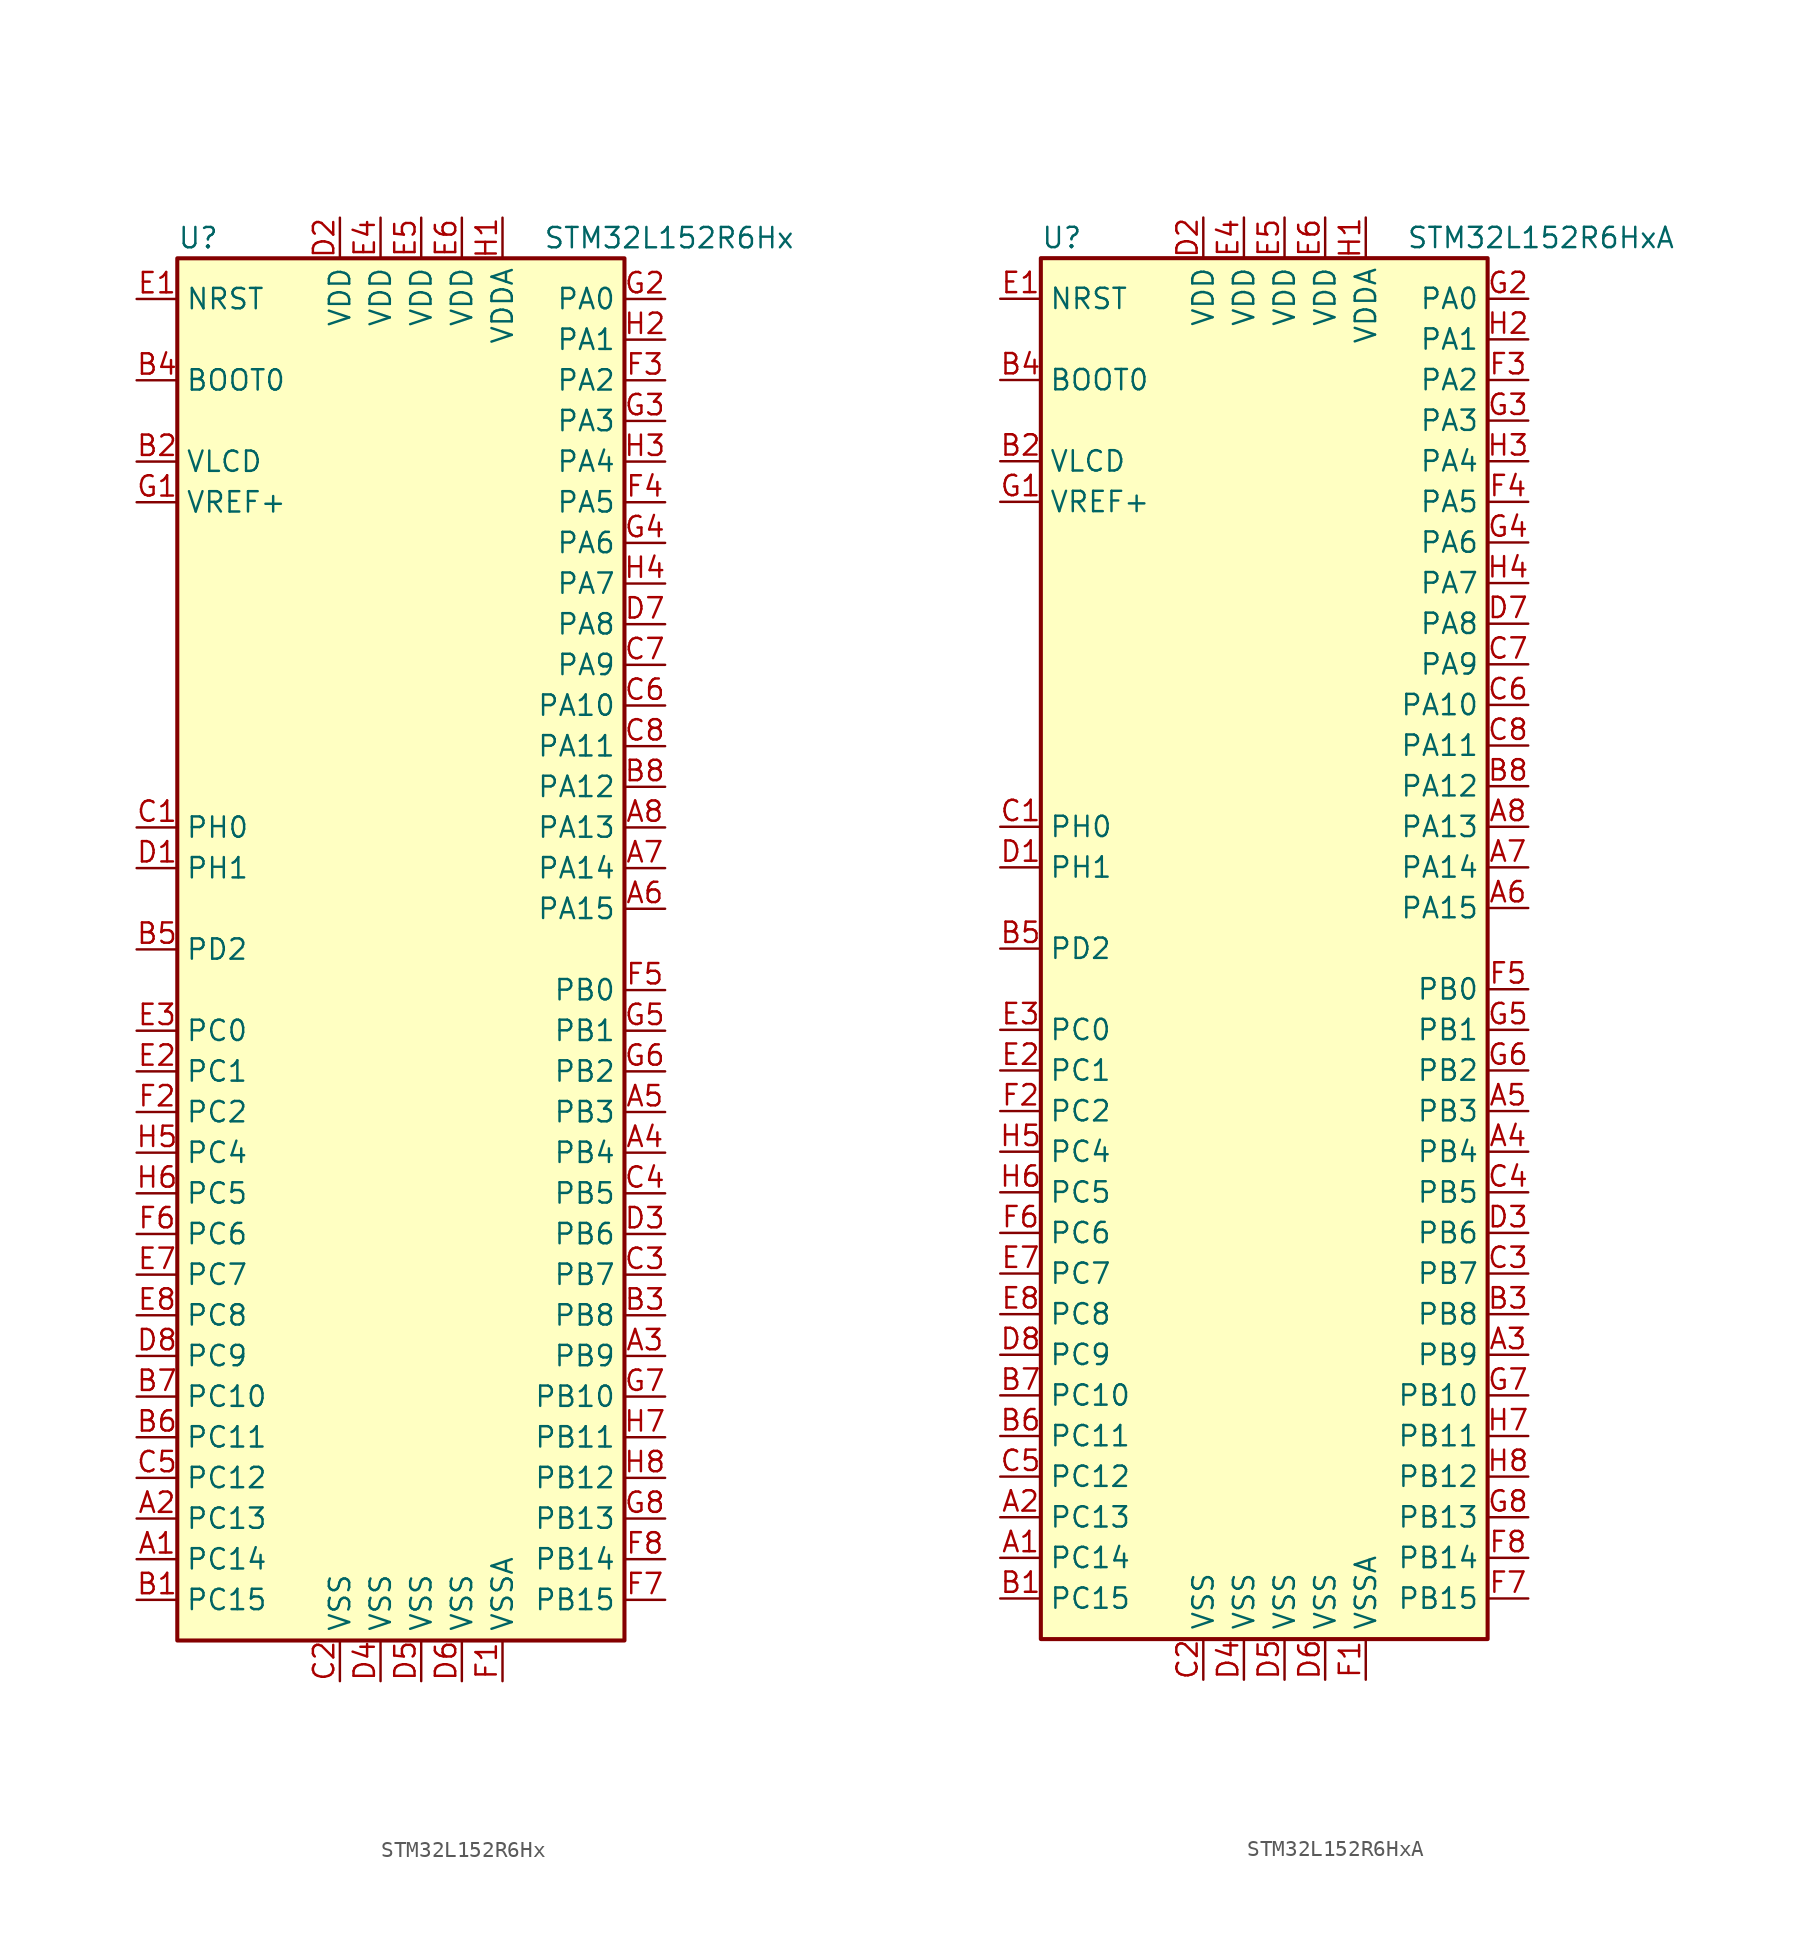
<source format=kicad_sym>
(kicad_symbol_lib
  (version 20211014)
  (generator kicad_symbol_editor)
  (symbol "STM32L152R6Hx"
    (property "Reference" "U"
      (at -15.24 44.45 0)
      (effects (font (size 1.27 1.27)) (justify left)))
    (property "Value" "STM32L152R6Hx"
      (at 7.62 44.45 0)
      (effects (font (size 1.27 1.27)) (justify left)))
    (symbol "STM32L152R6Hx_0_1"
      (rectangle (start -15.24 -43.18) (end 12.7 43.18) (stroke (width 0.254) (type default) (color 0 0 0 0)) (fill (type background))))
    (symbol "STM32L152R6Hx_1_1"
      (pin bidirectional line (at -17.78 -38.1 0) (length 2.54) (name "PC14" (effects (font (size 1.27 1.27)))) (number "A1" (effects (font (size 1.27 1.27)))))
      (pin bidirectional line (at -17.78 -35.56 0) (length 2.54) (name "PC13" (effects (font (size 1.27 1.27)))) (number "A2" (effects (font (size 1.27 1.27)))))
      (pin bidirectional line (at 15.24 -25.4 180) (length 2.54) (name "PB9" (effects (font (size 1.27 1.27)))) (number "A3" (effects (font (size 1.27 1.27)))))
      (pin bidirectional line (at 15.24 -12.7 180) (length 2.54) (name "PB4" (effects (font (size 1.27 1.27)))) (number "A4" (effects (font (size 1.27 1.27)))))
      (pin bidirectional line (at 15.24 -10.16 180) (length 2.54) (name "PB3" (effects (font (size 1.27 1.27)))) (number "A5" (effects (font (size 1.27 1.27)))))
      (pin bidirectional line (at 15.24 2.54 180) (length 2.54) (name "PA15" (effects (font (size 1.27 1.27)))) (number "A6" (effects (font (size 1.27 1.27)))))
      (pin bidirectional line (at 15.24 5.08 180) (length 2.54) (name "PA14" (effects (font (size 1.27 1.27)))) (number "A7" (effects (font (size 1.27 1.27)))))
      (pin bidirectional line (at 15.24 7.62 180) (length 2.54) (name "PA13" (effects (font (size 1.27 1.27)))) (number "A8" (effects (font (size 1.27 1.27)))))
      (pin bidirectional line (at -17.78 -40.64 0) (length 2.54) (name "PC15" (effects (font (size 1.27 1.27)))) (number "B1" (effects (font (size 1.27 1.27)))))
      (pin power_in line (at -17.78 30.48 0) (length 2.54) (name "VLCD" (effects (font (size 1.27 1.27)))) (number "B2" (effects (font (size 1.27 1.27)))))
      (pin bidirectional line (at 15.24 -22.86 180) (length 2.54) (name "PB8" (effects (font (size 1.27 1.27)))) (number "B3" (effects (font (size 1.27 1.27)))))
      (pin input line (at -17.78 35.56 0) (length 2.54) (name "BOOT0" (effects (font (size 1.27 1.27)))) (number "B4" (effects (font (size 1.27 1.27)))))
      (pin bidirectional line (at -17.78 0 0) (length 2.54) (name "PD2" (effects (font (size 1.27 1.27)))) (number "B5" (effects (font (size 1.27 1.27)))))
      (pin bidirectional line (at -17.78 -30.48 0) (length 2.54) (name "PC11" (effects (font (size 1.27 1.27)))) (number "B6" (effects (font (size 1.27 1.27)))))
      (pin bidirectional line (at -17.78 -27.94 0) (length 2.54) (name "PC10" (effects (font (size 1.27 1.27)))) (number "B7" (effects (font (size 1.27 1.27)))))
      (pin bidirectional line (at 15.24 10.16 180) (length 2.54) (name "PA12" (effects (font (size 1.27 1.27)))) (number "B8" (effects (font (size 1.27 1.27)))))
      (pin input line (at -17.78 7.62 0) (length 2.54) (name "PH0" (effects (font (size 1.27 1.27)))) (number "C1" (effects (font (size 1.27 1.27)))))
      (pin power_in line (at -5.08 -45.72 90) (length 2.54) (name "VSS" (effects (font (size 1.27 1.27)))) (number "C2" (effects (font (size 1.27 1.27)))))
      (pin bidirectional line (at 15.24 -20.32 180) (length 2.54) (name "PB7" (effects (font (size 1.27 1.27)))) (number "C3" (effects (font (size 1.27 1.27)))))
      (pin bidirectional line (at 15.24 -15.24 180) (length 2.54) (name "PB5" (effects (font (size 1.27 1.27)))) (number "C4" (effects (font (size 1.27 1.27)))))
      (pin bidirectional line (at -17.78 -33.02 0) (length 2.54) (name "PC12" (effects (font (size 1.27 1.27)))) (number "C5" (effects (font (size 1.27 1.27)))))
      (pin bidirectional line (at 15.24 15.24 180) (length 2.54) (name "PA10" (effects (font (size 1.27 1.27)))) (number "C6" (effects (font (size 1.27 1.27)))))
      (pin bidirectional line (at 15.24 17.78 180) (length 2.54) (name "PA9" (effects (font (size 1.27 1.27)))) (number "C7" (effects (font (size 1.27 1.27)))))
      (pin bidirectional line (at 15.24 12.7 180) (length 2.54) (name "PA11" (effects (font (size 1.27 1.27)))) (number "C8" (effects (font (size 1.27 1.27)))))
      (pin input line (at -17.78 5.08 0) (length 2.54) (name "PH1" (effects (font (size 1.27 1.27)))) (number "D1" (effects (font (size 1.27 1.27)))))
      (pin power_in line (at -5.08 45.72 270) (length 2.54) (name "VDD" (effects (font (size 1.27 1.27)))) (number "D2" (effects (font (size 1.27 1.27)))))
      (pin bidirectional line (at 15.24 -17.78 180) (length 2.54) (name "PB6" (effects (font (size 1.27 1.27)))) (number "D3" (effects (font (size 1.27 1.27)))))
      (pin power_in line (at -2.54 -45.72 90) (length 2.54) (name "VSS" (effects (font (size 1.27 1.27)))) (number "D4" (effects (font (size 1.27 1.27)))))
      (pin power_in line (at 0 -45.72 90) (length 2.54) (name "VSS" (effects (font (size 1.27 1.27)))) (number "D5" (effects (font (size 1.27 1.27)))))
      (pin power_in line (at 2.54 -45.72 90) (length 2.54) (name "VSS" (effects (font (size 1.27 1.27)))) (number "D6" (effects (font (size 1.27 1.27)))))
      (pin bidirectional line (at 15.24 20.32 180) (length 2.54) (name "PA8" (effects (font (size 1.27 1.27)))) (number "D7" (effects (font (size 1.27 1.27)))))
      (pin bidirectional line (at -17.78 -25.4 0) (length 2.54) (name "PC9" (effects (font (size 1.27 1.27)))) (number "D8" (effects (font (size 1.27 1.27)))))
      (pin input line (at -17.78 40.64 0) (length 2.54) (name "NRST" (effects (font (size 1.27 1.27)))) (number "E1" (effects (font (size 1.27 1.27)))))
      (pin bidirectional line (at -17.78 -7.62 0) (length 2.54) (name "PC1" (effects (font (size 1.27 1.27)))) (number "E2" (effects (font (size 1.27 1.27)))))
      (pin bidirectional line (at -17.78 -5.08 0) (length 2.54) (name "PC0" (effects (font (size 1.27 1.27)))) (number "E3" (effects (font (size 1.27 1.27)))))
      (pin power_in line (at -2.54 45.72 270) (length 2.54) (name "VDD" (effects (font (size 1.27 1.27)))) (number "E4" (effects (font (size 1.27 1.27)))))
      (pin power_in line (at 0 45.72 270) (length 2.54) (name "VDD" (effects (font (size 1.27 1.27)))) (number "E5" (effects (font (size 1.27 1.27)))))
      (pin power_in line (at 2.54 45.72 270) (length 2.54) (name "VDD" (effects (font (size 1.27 1.27)))) (number "E6" (effects (font (size 1.27 1.27)))))
      (pin bidirectional line (at -17.78 -20.32 0) (length 2.54) (name "PC7" (effects (font (size 1.27 1.27)))) (number "E7" (effects (font (size 1.27 1.27)))))
      (pin bidirectional line (at -17.78 -22.86 0) (length 2.54) (name "PC8" (effects (font (size 1.27 1.27)))) (number "E8" (effects (font (size 1.27 1.27)))))
      (pin power_in line (at 5.08 -45.72 90) (length 2.54) (name "VSSA" (effects (font (size 1.27 1.27)))) (number "F1" (effects (font (size 1.27 1.27)))))
      (pin bidirectional line (at -17.78 -10.16 0) (length 2.54) (name "PC2" (effects (font (size 1.27 1.27)))) (number "F2" (effects (font (size 1.27 1.27)))))
      (pin bidirectional line (at 15.24 35.56 180) (length 2.54) (name "PA2" (effects (font (size 1.27 1.27)))) (number "F3" (effects (font (size 1.27 1.27)))))
      (pin bidirectional line (at 15.24 27.94 180) (length 2.54) (name "PA5" (effects (font (size 1.27 1.27)))) (number "F4" (effects (font (size 1.27 1.27)))))
      (pin bidirectional line (at 15.24 -2.54 180) (length 2.54) (name "PB0" (effects (font (size 1.27 1.27)))) (number "F5" (effects (font (size 1.27 1.27)))))
      (pin bidirectional line (at -17.78 -17.78 0) (length 2.54) (name "PC6" (effects (font (size 1.27 1.27)))) (number "F6" (effects (font (size 1.27 1.27)))))
      (pin bidirectional line (at 15.24 -40.64 180) (length 2.54) (name "PB15" (effects (font (size 1.27 1.27)))) (number "F7" (effects (font (size 1.27 1.27)))))
      (pin bidirectional line (at 15.24 -38.1 180) (length 2.54) (name "PB14" (effects (font (size 1.27 1.27)))) (number "F8" (effects (font (size 1.27 1.27)))))
      (pin power_in line (at -17.78 27.94 0) (length 2.54) (name "VREF+" (effects (font (size 1.27 1.27)))) (number "G1" (effects (font (size 1.27 1.27)))))
      (pin bidirectional line (at 15.24 40.64 180) (length 2.54) (name "PA0" (effects (font (size 1.27 1.27)))) (number "G2" (effects (font (size 1.27 1.27)))))
      (pin bidirectional line (at 15.24 33.02 180) (length 2.54) (name "PA3" (effects (font (size 1.27 1.27)))) (number "G3" (effects (font (size 1.27 1.27)))))
      (pin bidirectional line (at 15.24 25.4 180) (length 2.54) (name "PA6" (effects (font (size 1.27 1.27)))) (number "G4" (effects (font (size 1.27 1.27)))))
      (pin bidirectional line (at 15.24 -5.08 180) (length 2.54) (name "PB1" (effects (font (size 1.27 1.27)))) (number "G5" (effects (font (size 1.27 1.27)))))
      (pin bidirectional line (at 15.24 -7.62 180) (length 2.54) (name "PB2" (effects (font (size 1.27 1.27)))) (number "G6" (effects (font (size 1.27 1.27)))))
      (pin bidirectional line (at 15.24 -27.94 180) (length 2.54) (name "PB10" (effects (font (size 1.27 1.27)))) (number "G7" (effects (font (size 1.27 1.27)))))
      (pin bidirectional line (at 15.24 -35.56 180) (length 2.54) (name "PB13" (effects (font (size 1.27 1.27)))) (number "G8" (effects (font (size 1.27 1.27)))))
      (pin power_in line (at 5.08 45.72 270) (length 2.54) (name "VDDA" (effects (font (size 1.27 1.27)))) (number "H1" (effects (font (size 1.27 1.27)))))
      (pin bidirectional line (at 15.24 38.1 180) (length 2.54) (name "PA1" (effects (font (size 1.27 1.27)))) (number "H2" (effects (font (size 1.27 1.27)))))
      (pin bidirectional line (at 15.24 30.48 180) (length 2.54) (name "PA4" (effects (font (size 1.27 1.27)))) (number "H3" (effects (font (size 1.27 1.27)))))
      (pin bidirectional line (at 15.24 22.86 180) (length 2.54) (name "PA7" (effects (font (size 1.27 1.27)))) (number "H4" (effects (font (size 1.27 1.27)))))
      (pin bidirectional line (at -17.78 -12.7 0) (length 2.54) (name "PC4" (effects (font (size 1.27 1.27)))) (number "H5" (effects (font (size 1.27 1.27)))))
      (pin bidirectional line (at -17.78 -15.24 0) (length 2.54) (name "PC5" (effects (font (size 1.27 1.27)))) (number "H6" (effects (font (size 1.27 1.27)))))
      (pin bidirectional line (at 15.24 -30.48 180) (length 2.54) (name "PB11" (effects (font (size 1.27 1.27)))) (number "H7" (effects (font (size 1.27 1.27)))))
      (pin bidirectional line (at 15.24 -33.02 180) (length 2.54) (name "PB12" (effects (font (size 1.27 1.27)))) (number "H8" (effects (font (size 1.27 1.27)))))))
  (symbol "STM32L152R6HxA"
    (property "Reference" "U"
      (at -15.24 44.45 0)
      (effects (font (size 1.27 1.27)) (justify left)))
    (property "Value" "STM32L152R6HxA"
      (at 7.62 44.45 0)
      (effects (font (size 1.27 1.27)) (justify left)))
    (symbol "STM32L152R6HxA_0_1"
      (rectangle (start -15.24 -43.18) (end 12.7 43.18) (stroke (width 0.254) (type default) (color 0 0 0 0)) (fill (type background))))
    (symbol "STM32L152R6HxA_1_1"
      (pin bidirectional line (at -17.78 -38.1 0) (length 2.54) (name "PC14" (effects (font (size 1.27 1.27)))) (number "A1" (effects (font (size 1.27 1.27)))))
      (pin bidirectional line (at -17.78 -35.56 0) (length 2.54) (name "PC13" (effects (font (size 1.27 1.27)))) (number "A2" (effects (font (size 1.27 1.27)))))
      (pin bidirectional line (at 15.24 -25.4 180) (length 2.54) (name "PB9" (effects (font (size 1.27 1.27)))) (number "A3" (effects (font (size 1.27 1.27)))))
      (pin bidirectional line (at 15.24 -12.7 180) (length 2.54) (name "PB4" (effects (font (size 1.27 1.27)))) (number "A4" (effects (font (size 1.27 1.27)))))
      (pin bidirectional line (at 15.24 -10.16 180) (length 2.54) (name "PB3" (effects (font (size 1.27 1.27)))) (number "A5" (effects (font (size 1.27 1.27)))))
      (pin bidirectional line (at 15.24 2.54 180) (length 2.54) (name "PA15" (effects (font (size 1.27 1.27)))) (number "A6" (effects (font (size 1.27 1.27)))))
      (pin bidirectional line (at 15.24 5.08 180) (length 2.54) (name "PA14" (effects (font (size 1.27 1.27)))) (number "A7" (effects (font (size 1.27 1.27)))))
      (pin bidirectional line (at 15.24 7.62 180) (length 2.54) (name "PA13" (effects (font (size 1.27 1.27)))) (number "A8" (effects (font (size 1.27 1.27)))))
      (pin bidirectional line (at -17.78 -40.64 0) (length 2.54) (name "PC15" (effects (font (size 1.27 1.27)))) (number "B1" (effects (font (size 1.27 1.27)))))
      (pin power_in line (at -17.78 30.48 0) (length 2.54) (name "VLCD" (effects (font (size 1.27 1.27)))) (number "B2" (effects (font (size 1.27 1.27)))))
      (pin bidirectional line (at 15.24 -22.86 180) (length 2.54) (name "PB8" (effects (font (size 1.27 1.27)))) (number "B3" (effects (font (size 1.27 1.27)))))
      (pin input line (at -17.78 35.56 0) (length 2.54) (name "BOOT0" (effects (font (size 1.27 1.27)))) (number "B4" (effects (font (size 1.27 1.27)))))
      (pin bidirectional line (at -17.78 0 0) (length 2.54) (name "PD2" (effects (font (size 1.27 1.27)))) (number "B5" (effects (font (size 1.27 1.27)))))
      (pin bidirectional line (at -17.78 -30.48 0) (length 2.54) (name "PC11" (effects (font (size 1.27 1.27)))) (number "B6" (effects (font (size 1.27 1.27)))))
      (pin bidirectional line (at -17.78 -27.94 0) (length 2.54) (name "PC10" (effects (font (size 1.27 1.27)))) (number "B7" (effects (font (size 1.27 1.27)))))
      (pin bidirectional line (at 15.24 10.16 180) (length 2.54) (name "PA12" (effects (font (size 1.27 1.27)))) (number "B8" (effects (font (size 1.27 1.27)))))
      (pin input line (at -17.78 7.62 0) (length 2.54) (name "PH0" (effects (font (size 1.27 1.27)))) (number "C1" (effects (font (size 1.27 1.27)))))
      (pin power_in line (at -5.08 -45.72 90) (length 2.54) (name "VSS" (effects (font (size 1.27 1.27)))) (number "C2" (effects (font (size 1.27 1.27)))))
      (pin bidirectional line (at 15.24 -20.32 180) (length 2.54) (name "PB7" (effects (font (size 1.27 1.27)))) (number "C3" (effects (font (size 1.27 1.27)))))
      (pin bidirectional line (at 15.24 -15.24 180) (length 2.54) (name "PB5" (effects (font (size 1.27 1.27)))) (number "C4" (effects (font (size 1.27 1.27)))))
      (pin bidirectional line (at -17.78 -33.02 0) (length 2.54) (name "PC12" (effects (font (size 1.27 1.27)))) (number "C5" (effects (font (size 1.27 1.27)))))
      (pin bidirectional line (at 15.24 15.24 180) (length 2.54) (name "PA10" (effects (font (size 1.27 1.27)))) (number "C6" (effects (font (size 1.27 1.27)))))
      (pin bidirectional line (at 15.24 17.78 180) (length 2.54) (name "PA9" (effects (font (size 1.27 1.27)))) (number "C7" (effects (font (size 1.27 1.27)))))
      (pin bidirectional line (at 15.24 12.7 180) (length 2.54) (name "PA11" (effects (font (size 1.27 1.27)))) (number "C8" (effects (font (size 1.27 1.27)))))
      (pin input line (at -17.78 5.08 0) (length 2.54) (name "PH1" (effects (font (size 1.27 1.27)))) (number "D1" (effects (font (size 1.27 1.27)))))
      (pin power_in line (at -5.08 45.72 270) (length 2.54) (name "VDD" (effects (font (size 1.27 1.27)))) (number "D2" (effects (font (size 1.27 1.27)))))
      (pin bidirectional line (at 15.24 -17.78 180) (length 2.54) (name "PB6" (effects (font (size 1.27 1.27)))) (number "D3" (effects (font (size 1.27 1.27)))))
      (pin power_in line (at -2.54 -45.72 90) (length 2.54) (name "VSS" (effects (font (size 1.27 1.27)))) (number "D4" (effects (font (size 1.27 1.27)))))
      (pin power_in line (at 0 -45.72 90) (length 2.54) (name "VSS" (effects (font (size 1.27 1.27)))) (number "D5" (effects (font (size 1.27 1.27)))))
      (pin power_in line (at 2.54 -45.72 90) (length 2.54) (name "VSS" (effects (font (size 1.27 1.27)))) (number "D6" (effects (font (size 1.27 1.27)))))
      (pin bidirectional line (at 15.24 20.32 180) (length 2.54) (name "PA8" (effects (font (size 1.27 1.27)))) (number "D7" (effects (font (size 1.27 1.27)))))
      (pin bidirectional line (at -17.78 -25.4 0) (length 2.54) (name "PC9" (effects (font (size 1.27 1.27)))) (number "D8" (effects (font (size 1.27 1.27)))))
      (pin input line (at -17.78 40.64 0) (length 2.54) (name "NRST" (effects (font (size 1.27 1.27)))) (number "E1" (effects (font (size 1.27 1.27)))))
      (pin bidirectional line (at -17.78 -7.62 0) (length 2.54) (name "PC1" (effects (font (size 1.27 1.27)))) (number "E2" (effects (font (size 1.27 1.27)))))
      (pin bidirectional line (at -17.78 -5.08 0) (length 2.54) (name "PC0" (effects (font (size 1.27 1.27)))) (number "E3" (effects (font (size 1.27 1.27)))))
      (pin power_in line (at -2.54 45.72 270) (length 2.54) (name "VDD" (effects (font (size 1.27 1.27)))) (number "E4" (effects (font (size 1.27 1.27)))))
      (pin power_in line (at 0 45.72 270) (length 2.54) (name "VDD" (effects (font (size 1.27 1.27)))) (number "E5" (effects (font (size 1.27 1.27)))))
      (pin power_in line (at 2.54 45.72 270) (length 2.54) (name "VDD" (effects (font (size 1.27 1.27)))) (number "E6" (effects (font (size 1.27 1.27)))))
      (pin bidirectional line (at -17.78 -20.32 0) (length 2.54) (name "PC7" (effects (font (size 1.27 1.27)))) (number "E7" (effects (font (size 1.27 1.27)))))
      (pin bidirectional line (at -17.78 -22.86 0) (length 2.54) (name "PC8" (effects (font (size 1.27 1.27)))) (number "E8" (effects (font (size 1.27 1.27)))))
      (pin power_in line (at 5.08 -45.72 90) (length 2.54) (name "VSSA" (effects (font (size 1.27 1.27)))) (number "F1" (effects (font (size 1.27 1.27)))))
      (pin bidirectional line (at -17.78 -10.16 0) (length 2.54) (name "PC2" (effects (font (size 1.27 1.27)))) (number "F2" (effects (font (size 1.27 1.27)))))
      (pin bidirectional line (at 15.24 35.56 180) (length 2.54) (name "PA2" (effects (font (size 1.27 1.27)))) (number "F3" (effects (font (size 1.27 1.27)))))
      (pin bidirectional line (at 15.24 27.94 180) (length 2.54) (name "PA5" (effects (font (size 1.27 1.27)))) (number "F4" (effects (font (size 1.27 1.27)))))
      (pin bidirectional line (at 15.24 -2.54 180) (length 2.54) (name "PB0" (effects (font (size 1.27 1.27)))) (number "F5" (effects (font (size 1.27 1.27)))))
      (pin bidirectional line (at -17.78 -17.78 0) (length 2.54) (name "PC6" (effects (font (size 1.27 1.27)))) (number "F6" (effects (font (size 1.27 1.27)))))
      (pin bidirectional line (at 15.24 -40.64 180) (length 2.54) (name "PB15" (effects (font (size 1.27 1.27)))) (number "F7" (effects (font (size 1.27 1.27)))))
      (pin bidirectional line (at 15.24 -38.1 180) (length 2.54) (name "PB14" (effects (font (size 1.27 1.27)))) (number "F8" (effects (font (size 1.27 1.27)))))
      (pin power_in line (at -17.78 27.94 0) (length 2.54) (name "VREF+" (effects (font (size 1.27 1.27)))) (number "G1" (effects (font (size 1.27 1.27)))))
      (pin bidirectional line (at 15.24 40.64 180) (length 2.54) (name "PA0" (effects (font (size 1.27 1.27)))) (number "G2" (effects (font (size 1.27 1.27)))))
      (pin bidirectional line (at 15.24 33.02 180) (length 2.54) (name "PA3" (effects (font (size 1.27 1.27)))) (number "G3" (effects (font (size 1.27 1.27)))))
      (pin bidirectional line (at 15.24 25.4 180) (length 2.54) (name "PA6" (effects (font (size 1.27 1.27)))) (number "G4" (effects (font (size 1.27 1.27)))))
      (pin bidirectional line (at 15.24 -5.08 180) (length 2.54) (name "PB1" (effects (font (size 1.27 1.27)))) (number "G5" (effects (font (size 1.27 1.27)))))
      (pin bidirectional line (at 15.24 -7.62 180) (length 2.54) (name "PB2" (effects (font (size 1.27 1.27)))) (number "G6" (effects (font (size 1.27 1.27)))))
      (pin bidirectional line (at 15.24 -27.94 180) (length 2.54) (name "PB10" (effects (font (size 1.27 1.27)))) (number "G7" (effects (font (size 1.27 1.27)))))
      (pin bidirectional line (at 15.24 -35.56 180) (length 2.54) (name "PB13" (effects (font (size 1.27 1.27)))) (number "G8" (effects (font (size 1.27 1.27)))))
      (pin power_in line (at 5.08 45.72 270) (length 2.54) (name "VDDA" (effects (font (size 1.27 1.27)))) (number "H1" (effects (font (size 1.27 1.27)))))
      (pin bidirectional line (at 15.24 38.1 180) (length 2.54) (name "PA1" (effects (font (size 1.27 1.27)))) (number "H2" (effects (font (size 1.27 1.27)))))
      (pin bidirectional line (at 15.24 30.48 180) (length 2.54) (name "PA4" (effects (font (size 1.27 1.27)))) (number "H3" (effects (font (size 1.27 1.27)))))
      (pin bidirectional line (at 15.24 22.86 180) (length 2.54) (name "PA7" (effects (font (size 1.27 1.27)))) (number "H4" (effects (font (size 1.27 1.27)))))
      (pin bidirectional line (at -17.78 -12.7 0) (length 2.54) (name "PC4" (effects (font (size 1.27 1.27)))) (number "H5" (effects (font (size 1.27 1.27)))))
      (pin bidirectional line (at -17.78 -15.24 0) (length 2.54) (name "PC5" (effects (font (size 1.27 1.27)))) (number "H6" (effects (font (size 1.27 1.27)))))
      (pin bidirectional line (at 15.24 -30.48 180) (length 2.54) (name "PB11" (effects (font (size 1.27 1.27)))) (number "H7" (effects (font (size 1.27 1.27)))))
      (pin bidirectional line (at 15.24 -33.02 180) (length 2.54) (name "PB12" (effects (font (size 1.27 1.27)))) (number "H8" (effects (font (size 1.27 1.27))))))))
</source>
